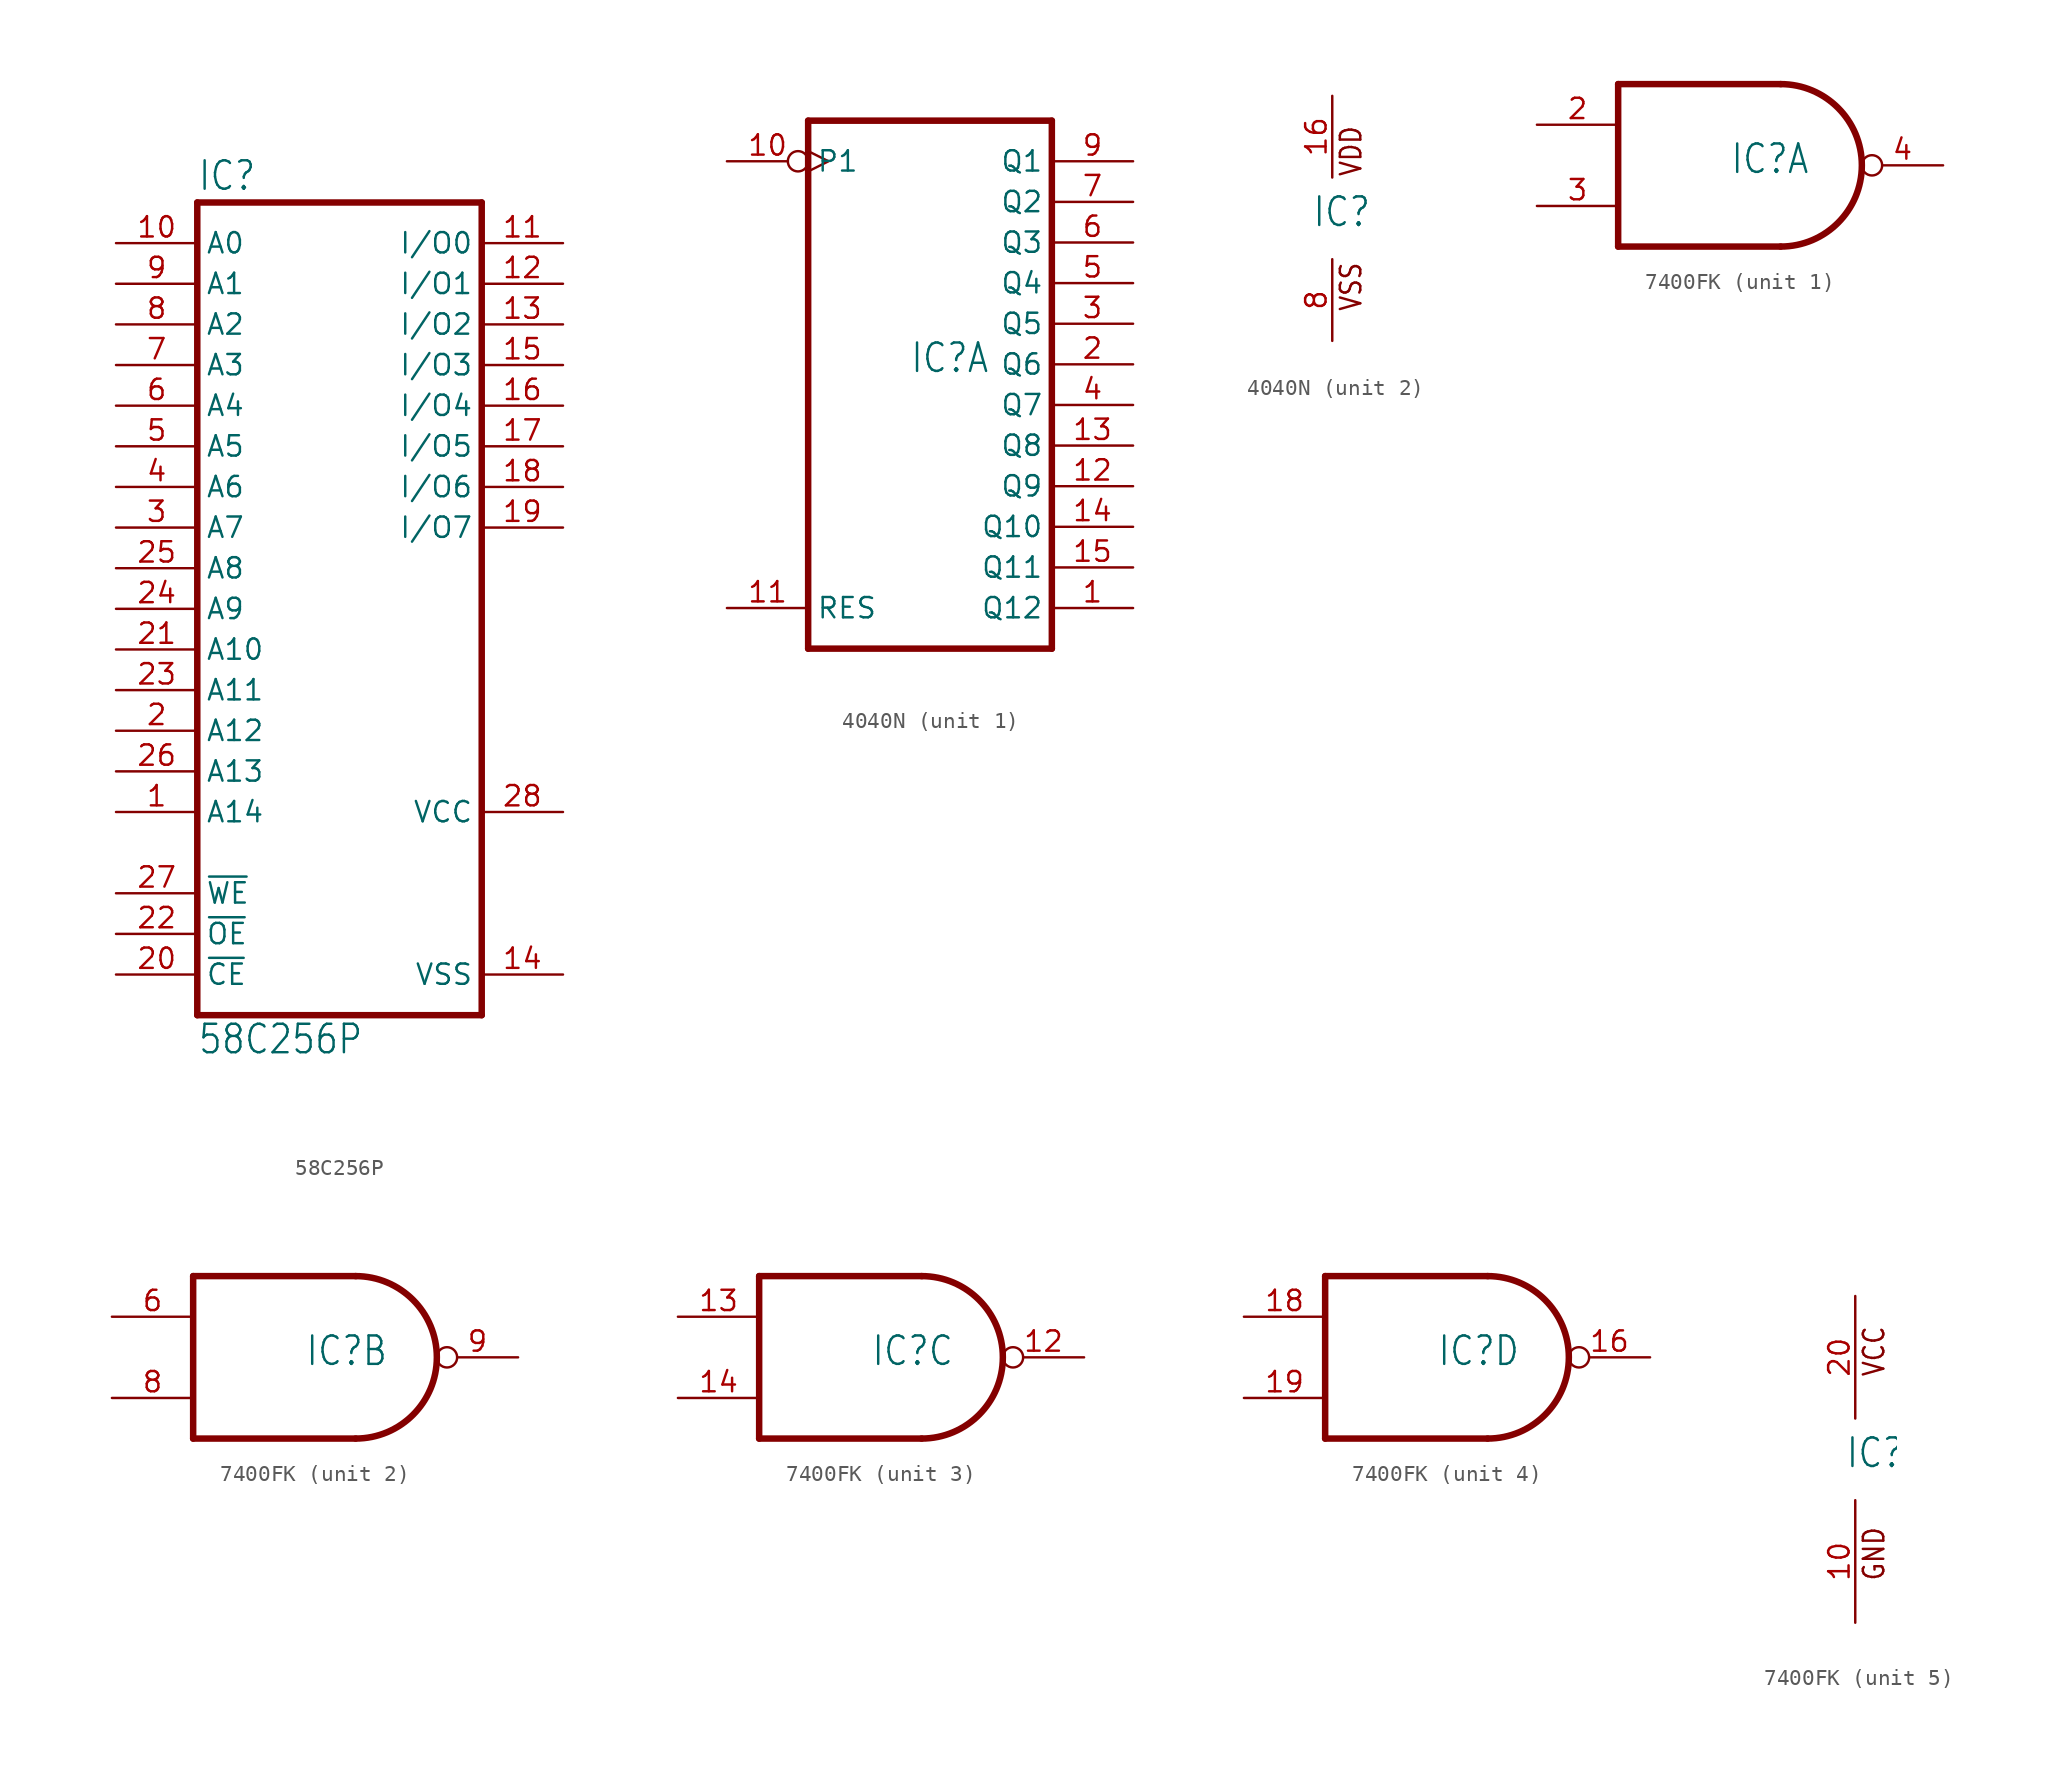
<source format=kicad_sym>
(kicad_symbol_lib
  (version 20211014)
  (generator kicad_symbol_editor)
  (symbol "58C256P"
    (property "Reference" "IC"
      (at -10.16 31.115 0)
      (effects (font (size 1.778 1.511)) (justify left bottom)))
    (property "Value" "58C256P"
      (at -10.16 -22.86 0)
      (effects (font (size 1.778 1.511)) (justify left bottom)))
    (property "ki_locked" ""
      (at 0 0 0)
      (effects (font (size 1.27 1.27))))
    (symbol "58C256P_1_0"
      (polyline (pts (xy -10.16 -20.32) (xy -10.16 30.48)) (stroke (width 0.406) (type default) (color 0 0 0 0)) (fill (type none)))
      (polyline (pts (xy -10.16 -20.32) (xy 7.62 -20.32)) (stroke (width 0.406) (type default) (color 0 0 0 0)) (fill (type none)))
      (polyline (pts (xy 7.62 30.48) (xy -10.16 30.48)) (stroke (width 0.406) (type default) (color 0 0 0 0)) (fill (type none)))
      (polyline (pts (xy 7.62 30.48) (xy 7.62 -20.32)) (stroke (width 0.406) (type default) (color 0 0 0 0)) (fill (type none)))
      (pin input line (at -15.24 -7.62 0) (length 5.08) (name "A14" (effects (font (size 1.27 1.27)))) (number "1" (effects (font (size 1.27 1.27)))))
      (pin input line (at -15.24 27.94 0) (length 5.08) (name "A0" (effects (font (size 1.27 1.27)))) (number "10" (effects (font (size 1.27 1.27)))))
      (pin tri_state line (at 12.7 27.94 180) (length 5.08) (name "I/O0" (effects (font (size 1.27 1.27)))) (number "11" (effects (font (size 1.27 1.27)))))
      (pin tri_state line (at 12.7 25.4 180) (length 5.08) (name "I/O1" (effects (font (size 1.27 1.27)))) (number "12" (effects (font (size 1.27 1.27)))))
      (pin tri_state line (at 12.7 22.86 180) (length 5.08) (name "I/O2" (effects (font (size 1.27 1.27)))) (number "13" (effects (font (size 1.27 1.27)))))
      (pin power_in line (at 12.7 -17.78 180) (length 5.08) (name "VSS" (effects (font (size 1.27 1.27)))) (number "14" (effects (font (size 1.27 1.27)))))
      (pin tri_state line (at 12.7 20.32 180) (length 5.08) (name "I/O3" (effects (font (size 1.27 1.27)))) (number "15" (effects (font (size 1.27 1.27)))))
      (pin tri_state line (at 12.7 17.78 180) (length 5.08) (name "I/O4" (effects (font (size 1.27 1.27)))) (number "16" (effects (font (size 1.27 1.27)))))
      (pin tri_state line (at 12.7 15.24 180) (length 5.08) (name "I/O5" (effects (font (size 1.27 1.27)))) (number "17" (effects (font (size 1.27 1.27)))))
      (pin tri_state line (at 12.7 12.7 180) (length 5.08) (name "I/O6" (effects (font (size 1.27 1.27)))) (number "18" (effects (font (size 1.27 1.27)))))
      (pin tri_state line (at 12.7 10.16 180) (length 5.08) (name "I/O7" (effects (font (size 1.27 1.27)))) (number "19" (effects (font (size 1.27 1.27)))))
      (pin input line (at -15.24 -2.54 0) (length 5.08) (name "A12" (effects (font (size 1.27 1.27)))) (number "2" (effects (font (size 1.27 1.27)))))
      (pin input line (at -15.24 -17.78 0) (length 5.08) (name "~{CE}" (effects (font (size 1.27 1.27)))) (number "20" (effects (font (size 1.27 1.27)))))
      (pin input line (at -15.24 2.54 0) (length 5.08) (name "A10" (effects (font (size 1.27 1.27)))) (number "21" (effects (font (size 1.27 1.27)))))
      (pin input line (at -15.24 -15.24 0) (length 5.08) (name "~{OE}" (effects (font (size 1.27 1.27)))) (number "22" (effects (font (size 1.27 1.27)))))
      (pin input line (at -15.24 0 0) (length 5.08) (name "A11" (effects (font (size 1.27 1.27)))) (number "23" (effects (font (size 1.27 1.27)))))
      (pin input line (at -15.24 5.08 0) (length 5.08) (name "A9" (effects (font (size 1.27 1.27)))) (number "24" (effects (font (size 1.27 1.27)))))
      (pin input line (at -15.24 7.62 0) (length 5.08) (name "A8" (effects (font (size 1.27 1.27)))) (number "25" (effects (font (size 1.27 1.27)))))
      (pin input line (at -15.24 -5.08 0) (length 5.08) (name "A13" (effects (font (size 1.27 1.27)))) (number "26" (effects (font (size 1.27 1.27)))))
      (pin input line (at -15.24 -12.7 0) (length 5.08) (name "~{WE}" (effects (font (size 1.27 1.27)))) (number "27" (effects (font (size 1.27 1.27)))))
      (pin power_in line (at 12.7 -7.62 180) (length 5.08) (name "VCC" (effects (font (size 1.27 1.27)))) (number "28" (effects (font (size 1.27 1.27)))))
      (pin input line (at -15.24 10.16 0) (length 5.08) (name "A7" (effects (font (size 1.27 1.27)))) (number "3" (effects (font (size 1.27 1.27)))))
      (pin input line (at -15.24 12.7 0) (length 5.08) (name "A6" (effects (font (size 1.27 1.27)))) (number "4" (effects (font (size 1.27 1.27)))))
      (pin input line (at -15.24 15.24 0) (length 5.08) (name "A5" (effects (font (size 1.27 1.27)))) (number "5" (effects (font (size 1.27 1.27)))))
      (pin input line (at -15.24 17.78 0) (length 5.08) (name "A4" (effects (font (size 1.27 1.27)))) (number "6" (effects (font (size 1.27 1.27)))))
      (pin input line (at -15.24 20.32 0) (length 5.08) (name "A3" (effects (font (size 1.27 1.27)))) (number "7" (effects (font (size 1.27 1.27)))))
      (pin input line (at -15.24 22.86 0) (length 5.08) (name "A2" (effects (font (size 1.27 1.27)))) (number "8" (effects (font (size 1.27 1.27)))))
      (pin input line (at -15.24 25.4 0) (length 5.08) (name "A1" (effects (font (size 1.27 1.27)))) (number "9" (effects (font (size 1.27 1.27)))))))
  (symbol "4040N"
    (property "Reference" "IC"
      (at -1.27 -0.635 0)
      (effects (font (size 1.778 1.511)) (justify left bottom)))
    (property "ki_locked" ""
      (at 0 0 0)
      (effects (font (size 1.27 1.27))))
    (symbol "4040N_1_0"
      (polyline (pts (xy -7.62 -17.78) (xy 7.62 -17.78)) (stroke (width 0.406) (type default) (color 0 0 0 0)) (fill (type none)))
      (polyline (pts (xy -7.62 15.24) (xy -7.62 -17.78)) (stroke (width 0.406) (type default) (color 0 0 0 0)) (fill (type none)))
      (polyline (pts (xy 7.62 -17.78) (xy 7.62 15.24)) (stroke (width 0.406) (type default) (color 0 0 0 0)) (fill (type none)))
      (polyline (pts (xy 7.62 15.24) (xy -7.62 15.24)) (stroke (width 0.406) (type default) (color 0 0 0 0)) (fill (type none)))
      (pin output line (at 12.7 -15.24 180) (length 5.08) (name "Q12" (effects (font (size 1.27 1.27)))) (number "1" (effects (font (size 1.27 1.27)))))
      (pin input inverted_clock (at -12.7 12.7 0) (length 5.08) (name "P1" (effects (font (size 1.27 1.27)))) (number "10" (effects (font (size 1.27 1.27)))))
      (pin input line (at -12.7 -15.24 0) (length 5.08) (name "RES" (effects (font (size 1.27 1.27)))) (number "11" (effects (font (size 1.27 1.27)))))
      (pin output line (at 12.7 -7.62 180) (length 5.08) (name "Q9" (effects (font (size 1.27 1.27)))) (number "12" (effects (font (size 1.27 1.27)))))
      (pin output line (at 12.7 -5.08 180) (length 5.08) (name "Q8" (effects (font (size 1.27 1.27)))) (number "13" (effects (font (size 1.27 1.27)))))
      (pin output line (at 12.7 -10.16 180) (length 5.08) (name "Q10" (effects (font (size 1.27 1.27)))) (number "14" (effects (font (size 1.27 1.27)))))
      (pin output line (at 12.7 -12.7 180) (length 5.08) (name "Q11" (effects (font (size 1.27 1.27)))) (number "15" (effects (font (size 1.27 1.27)))))
      (pin output line (at 12.7 0 180) (length 5.08) (name "Q6" (effects (font (size 1.27 1.27)))) (number "2" (effects (font (size 1.27 1.27)))))
      (pin output line (at 12.7 2.54 180) (length 5.08) (name "Q5" (effects (font (size 1.27 1.27)))) (number "3" (effects (font (size 1.27 1.27)))))
      (pin output line (at 12.7 -2.54 180) (length 5.08) (name "Q7" (effects (font (size 1.27 1.27)))) (number "4" (effects (font (size 1.27 1.27)))))
      (pin output line (at 12.7 5.08 180) (length 5.08) (name "Q4" (effects (font (size 1.27 1.27)))) (number "5" (effects (font (size 1.27 1.27)))))
      (pin output line (at 12.7 7.62 180) (length 5.08) (name "Q3" (effects (font (size 1.27 1.27)))) (number "6" (effects (font (size 1.27 1.27)))))
      (pin output line (at 12.7 10.16 180) (length 5.08) (name "Q2" (effects (font (size 1.27 1.27)))) (number "7" (effects (font (size 1.27 1.27)))))
      (pin output line (at 12.7 12.7 180) (length 5.08) (name "Q1" (effects (font (size 1.27 1.27)))) (number "9" (effects (font (size 1.27 1.27))))))
    (symbol "4040N_2_0"
      (text "VDD" (at 1.905 2.54 900) (effects (font (size 1.27 1.079)) (justify left bottom)))
      (text "VSS" (at 1.905 -5.842 900) (effects (font (size 1.27 1.079)) (justify left bottom)))
      (pin power_in line (at 0 7.62 270) (length 5.08) (name "VDD" (effects (font (size 0 0)))) (number "16" (effects (font (size 1.27 1.27)))))
      (pin power_in line (at 0 -7.62 90) (length 5.08) (name "VSS" (effects (font (size 0 0)))) (number "8" (effects (font (size 1.27 1.27)))))))
  (symbol "7400FK"
    (property "Reference" "IC"
      (at -0.635 -0.635 0)
      (effects (font (size 1.778 1.511)) (justify left bottom)))
    (property "ki_locked" ""
      (at 0 0 0)
      (effects (font (size 1.27 1.27))))
    (symbol "7400FK_1_0"
      (polyline (pts (xy -7.62 -5.08) (xy 2.54 -5.08)) (stroke (width 0.406) (type default) (color 0 0 0 0)) (fill (type none)))
      (polyline (pts (xy -7.62 5.08) (xy -7.62 -5.08)) (stroke (width 0.406) (type default) (color 0 0 0 0)) (fill (type none)))
      (polyline (pts (xy 2.54 5.08) (xy -7.62 5.08)) (stroke (width 0.406) (type default) (color 0 0 0 0)) (fill (type none)))
      (arc (start 2.54 -5.08) (mid 7.6199 0) (end 2.54 5.08) (stroke (width 0.4064) (type default) (color 0 0 0 0)) (fill (type none)))
      (pin input line (at -12.7 2.54 0) (length 5.08) (name "I0" (effects (font (size 0 0)))) (number "2" (effects (font (size 1.27 1.27)))))
      (pin input line (at -12.7 -2.54 0) (length 5.08) (name "I1" (effects (font (size 0 0)))) (number "3" (effects (font (size 1.27 1.27)))))
      (pin output inverted (at 12.7 0 180) (length 5.08) (name "O" (effects (font (size 0 0)))) (number "4" (effects (font (size 1.27 1.27))))))
    (symbol "7400FK_2_0"
      (polyline (pts (xy -7.62 -5.08) (xy 2.54 -5.08)) (stroke (width 0.406) (type default) (color 0 0 0 0)) (fill (type none)))
      (polyline (pts (xy -7.62 5.08) (xy -7.62 -5.08)) (stroke (width 0.406) (type default) (color 0 0 0 0)) (fill (type none)))
      (polyline (pts (xy 2.54 5.08) (xy -7.62 5.08)) (stroke (width 0.406) (type default) (color 0 0 0 0)) (fill (type none)))
      (arc (start 2.54 -5.08) (mid 7.6199 0) (end 2.54 5.08) (stroke (width 0.4064) (type default) (color 0 0 0 0)) (fill (type none)))
      (pin input line (at -12.7 2.54 0) (length 5.08) (name "I0" (effects (font (size 0 0)))) (number "6" (effects (font (size 1.27 1.27)))))
      (pin input line (at -12.7 -2.54 0) (length 5.08) (name "I1" (effects (font (size 0 0)))) (number "8" (effects (font (size 1.27 1.27)))))
      (pin output inverted (at 12.7 0 180) (length 5.08) (name "O" (effects (font (size 0 0)))) (number "9" (effects (font (size 1.27 1.27))))))
    (symbol "7400FK_3_0"
      (polyline (pts (xy -7.62 -5.08) (xy 2.54 -5.08)) (stroke (width 0.406) (type default) (color 0 0 0 0)) (fill (type none)))
      (polyline (pts (xy -7.62 5.08) (xy -7.62 -5.08)) (stroke (width 0.406) (type default) (color 0 0 0 0)) (fill (type none)))
      (polyline (pts (xy 2.54 5.08) (xy -7.62 5.08)) (stroke (width 0.406) (type default) (color 0 0 0 0)) (fill (type none)))
      (arc (start 2.54 -5.08) (mid 7.6199 0) (end 2.54 5.08) (stroke (width 0.4064) (type default) (color 0 0 0 0)) (fill (type none)))
      (pin output inverted (at 12.7 0 180) (length 5.08) (name "O" (effects (font (size 0 0)))) (number "12" (effects (font (size 1.27 1.27)))))
      (pin input line (at -12.7 2.54 0) (length 5.08) (name "I0" (effects (font (size 0 0)))) (number "13" (effects (font (size 1.27 1.27)))))
      (pin input line (at -12.7 -2.54 0) (length 5.08) (name "I1" (effects (font (size 0 0)))) (number "14" (effects (font (size 1.27 1.27))))))
    (symbol "7400FK_4_0"
      (polyline (pts (xy -7.62 -5.08) (xy 2.54 -5.08)) (stroke (width 0.406) (type default) (color 0 0 0 0)) (fill (type none)))
      (polyline (pts (xy -7.62 5.08) (xy -7.62 -5.08)) (stroke (width 0.406) (type default) (color 0 0 0 0)) (fill (type none)))
      (polyline (pts (xy 2.54 5.08) (xy -7.62 5.08)) (stroke (width 0.406) (type default) (color 0 0 0 0)) (fill (type none)))
      (arc (start 2.54 -5.08) (mid 7.6199 0) (end 2.54 5.08) (stroke (width 0.4064) (type default) (color 0 0 0 0)) (fill (type none)))
      (pin output inverted (at 12.7 0 180) (length 5.08) (name "O" (effects (font (size 0 0)))) (number "16" (effects (font (size 1.27 1.27)))))
      (pin input line (at -12.7 2.54 0) (length 5.08) (name "I0" (effects (font (size 0 0)))) (number "18" (effects (font (size 1.27 1.27)))))
      (pin input line (at -12.7 -2.54 0) (length 5.08) (name "I1" (effects (font (size 0 0)))) (number "19" (effects (font (size 1.27 1.27))))))
    (symbol "7400FK_5_0"
      (text "GND" (at 1.905 -7.62 900) (effects (font (size 1.27 1.079)) (justify left bottom)))
      (text "VCC" (at 1.905 5.08 900) (effects (font (size 1.27 1.079)) (justify left bottom)))
      (pin power_in line (at 0 -10.16 90) (length 7.62) (name "GND" (effects (font (size 0 0)))) (number "10" (effects (font (size 1.27 1.27)))))
      (pin power_in line (at 0 10.16 270) (length 7.62) (name "VCC" (effects (font (size 0 0)))) (number "20" (effects (font (size 1.27 1.27))))))))
</source>
